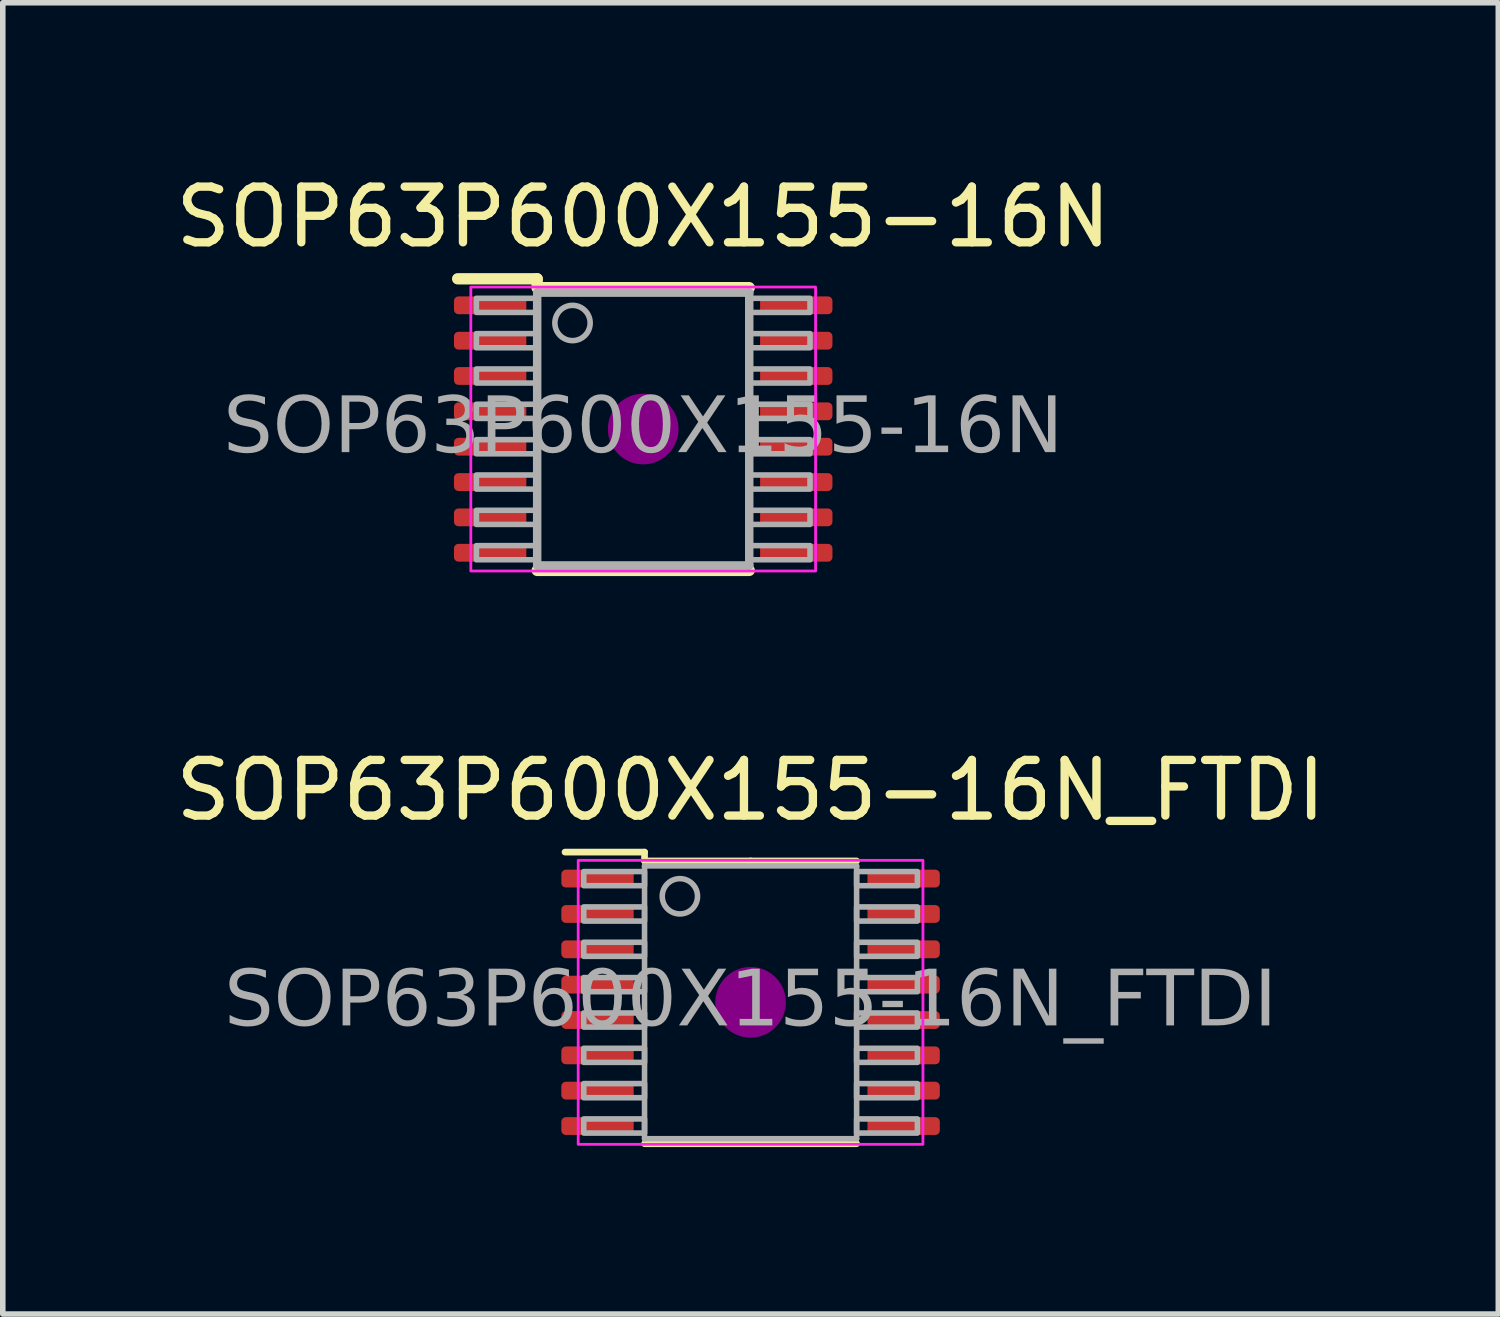
<source format=kicad_pcb>
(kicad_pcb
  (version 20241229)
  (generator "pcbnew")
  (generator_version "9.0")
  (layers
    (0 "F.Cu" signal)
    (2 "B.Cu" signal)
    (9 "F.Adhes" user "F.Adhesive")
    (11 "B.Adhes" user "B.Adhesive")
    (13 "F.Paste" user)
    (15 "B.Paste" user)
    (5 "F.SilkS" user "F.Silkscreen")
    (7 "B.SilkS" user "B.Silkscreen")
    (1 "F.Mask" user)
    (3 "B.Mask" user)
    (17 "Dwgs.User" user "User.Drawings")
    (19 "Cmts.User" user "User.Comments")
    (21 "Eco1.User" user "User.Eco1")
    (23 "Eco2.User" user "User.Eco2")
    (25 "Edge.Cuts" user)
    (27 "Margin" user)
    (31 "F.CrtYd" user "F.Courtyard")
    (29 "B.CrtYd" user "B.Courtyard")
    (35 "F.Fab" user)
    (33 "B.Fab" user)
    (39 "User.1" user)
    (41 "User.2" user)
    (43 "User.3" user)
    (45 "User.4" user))
  (footprint "SOP63P600X155-16N"
    (layer "F.Cu")
    (at 8.506 4.658)
    (property "Reference" "SOP63P600X155-16N" (at 0 -3.81 0) (layer "F.SilkS") (effects (font (size 1 1) (thickness 0.15))))
    (attr smd)
    (fp_line (start -3.334 -2.699) (end -1.905 -2.699) (stroke (width 0.203) (type solid)) (layer "F.SilkS"))
    (fp_line (start -1.905 -2.699) (end -1.905 -2.54) (stroke (width 0.203) (type solid)) (layer "F.SilkS"))
    (fp_line (start 0 -2.54) (end -1.905 -2.54) (stroke (width 0.203) (type solid)) (layer "F.SilkS"))
    (fp_line (start 0 -2.54) (end 1.905 -2.54) (stroke (width 0.203) (type solid)) (layer "F.SilkS"))
    (fp_line (start 0 2.54) (end -1.905 2.54) (stroke (width 0.203) (type solid)) (layer "F.SilkS"))
    (fp_line (start 0 2.54) (end 1.905 2.54) (stroke (width 0.203) (type solid)) (layer "F.SilkS"))
    (fp_circle (center 0 0) (end 0.635 0) (stroke (width 0) (type solid)) (fill yes) (layer "F.Adhes"))
    (fp_rect (start -3.097 -2.551) (end 3.097 2.551) (stroke (width 0.05) (type default)) (fill no) (layer "F.CrtYd"))
    (fp_line (start -1.905 -2.451) (end 1.905 -2.451) (stroke (width 0.152) (type solid)) (layer "F.Fab"))
    (fp_line (start -1.905 2.451) (end -1.905 -2.451) (stroke (width 0.152) (type solid)) (layer "F.Fab"))
    (fp_line (start -1.905 2.451) (end 1.905 2.451) (stroke (width 0.152) (type solid)) (layer "F.Fab"))
    (fp_line (start 1.905 2.451) (end 1.905 -2.451) (stroke (width 0.152) (type solid)) (layer "F.Fab"))
    (fp_rect (start -2.997 -2.349) (end -1.905 -2.095) (stroke (width 0.1) (type solid)) (fill no) (layer "F.Fab"))
    (fp_rect (start -2.997 -1.714) (end -1.905 -1.46) (stroke (width 0.1) (type solid)) (fill no) (layer "F.Fab"))
    (fp_rect (start -2.997 -1.079) (end -1.905 -0.826) (stroke (width 0.1) (type solid)) (fill no) (layer "F.Fab"))
    (fp_rect (start -2.997 -0.445) (end -1.905 -0.191) (stroke (width 0.1) (type solid)) (fill no) (layer "F.Fab"))
    (fp_rect (start -2.997 0.191) (end -1.905 0.445) (stroke (width 0.1) (type solid)) (fill no) (layer "F.Fab"))
    (fp_rect (start -2.997 0.826) (end -1.905 1.079) (stroke (width 0.1) (type solid)) (fill no) (layer "F.Fab"))
    (fp_rect (start -2.997 1.46) (end -1.905 1.714) (stroke (width 0.1) (type solid)) (fill no) (layer "F.Fab"))
    (fp_rect (start -2.997 2.095) (end -1.905 2.349) (stroke (width 0.1) (type solid)) (fill no) (layer "F.Fab"))
    (fp_rect (start 2.997 -2.349) (end 1.905 -2.095) (stroke (width 0.1) (type solid)) (fill no) (layer "F.Fab"))
    (fp_rect (start 2.997 -1.714) (end 1.905 -1.46) (stroke (width 0.1) (type solid)) (fill no) (layer "F.Fab"))
    (fp_rect (start 2.997 -1.079) (end 1.905 -0.826) (stroke (width 0.1) (type solid)) (fill no) (layer "F.Fab"))
    (fp_rect (start 2.997 -0.445) (end 1.905 -0.191) (stroke (width 0.1) (type solid)) (fill no) (layer "F.Fab"))
    (fp_rect (start 2.997 0.191) (end 1.905 0.445) (stroke (width 0.1) (type solid)) (fill no) (layer "F.Fab"))
    (fp_rect (start 2.997 0.826) (end 1.905 1.079) (stroke (width 0.1) (type solid)) (fill no) (layer "F.Fab"))
    (fp_rect (start 2.997 1.46) (end 1.905 1.714) (stroke (width 0.1) (type solid)) (fill no) (layer "F.Fab"))
    (fp_rect (start 2.997 2.095) (end 1.905 2.349) (stroke (width 0.1) (type solid)) (fill no) (layer "F.Fab"))
    (fp_circle (center -1.27 -1.905) (end -0.953 -1.905) (stroke (width 0.1) (type solid)) (fill no) (layer "F.Fab"))
    (fp_text user "${REFERENCE}" (at 0 0 0) (layer "F.Fab") (effects (font (face "Tahoma") (size 1 1) (thickness 0.15))))
    (pad "1" smd roundrect (at -2.75 -2.223) (size 1.3 0.32) (layers "F.Cu" "F.Mask" "F.Paste") (roundrect_rratio 0.25))
    (pad "2" smd roundrect (at -2.75 -1.587) (size 1.3 0.32) (layers "F.Cu" "F.Mask" "F.Paste") (roundrect_rratio 0.25))
    (pad "3" smd roundrect (at -2.75 -0.953) (size 1.3 0.32) (layers "F.Cu" "F.Mask" "F.Paste") (roundrect_rratio 0.25))
    (pad "4" smd roundrect (at -2.75 -0.318) (size 1.3 0.32) (layers "F.Cu" "F.Mask" "F.Paste") (roundrect_rratio 0.25))
    (pad "5" smd roundrect (at -2.75 0.318) (size 1.3 0.32) (layers "F.Cu" "F.Mask" "F.Paste") (roundrect_rratio 0.25))
    (pad "6" smd roundrect (at -2.75 0.953) (size 1.3 0.32) (layers "F.Cu" "F.Mask" "F.Paste") (roundrect_rratio 0.25))
    (pad "7" smd roundrect (at -2.75 1.587) (size 1.3 0.32) (layers "F.Cu" "F.Mask" "F.Paste") (roundrect_rratio 0.25))
    (pad "8" smd roundrect (at -2.75 2.223) (size 1.3 0.32) (layers "F.Cu" "F.Mask" "F.Paste") (roundrect_rratio 0.25))
    (pad "9" smd roundrect (at 2.75 2.223) (size 1.3 0.32) (layers "F.Cu" "F.Mask" "F.Paste") (roundrect_rratio 0.25))
    (pad "10" smd roundrect (at 2.75 1.587) (size 1.3 0.32) (layers "F.Cu" "F.Mask" "F.Paste") (roundrect_rratio 0.25))
    (pad "11" smd roundrect (at 2.75 0.953) (size 1.3 0.32) (layers "F.Cu" "F.Mask" "F.Paste") (roundrect_rratio 0.25))
    (pad "12" smd roundrect (at 2.75 0.318) (size 1.3 0.32) (layers "F.Cu" "F.Mask" "F.Paste") (roundrect_rratio 0.25))
    (pad "13" smd roundrect (at 2.75 -0.318) (size 1.3 0.32) (layers "F.Cu" "F.Mask" "F.Paste") (roundrect_rratio 0.25))
    (pad "14" smd roundrect (at 2.75 -0.953) (size 1.3 0.32) (layers "F.Cu" "F.Mask" "F.Paste") (roundrect_rratio 0.25))
    (pad "15" smd roundrect (at 2.75 -1.587) (size 1.3 0.32) (layers "F.Cu" "F.Mask" "F.Paste") (roundrect_rratio 0.25))
    (pad "16" smd roundrect (at 2.75 -2.223) (size 1.3 0.32) (layers "F.Cu" "F.Mask" "F.Paste") (roundrect_rratio 0.25)))
  (footprint "SOP63P600X155-16N_FTDI"
    (layer "F.Cu")
    (at 10.435 14.958)
    (property "Reference" "SOP63P600X155-16N_FTDI" (at 0 -3.81 0) (layer "F.SilkS") (effects (font (size 1 1) (thickness 0.15))))
    (attr smd)
    (fp_line (start -3.334 -2.699) (end -1.905 -2.699) (stroke (width 0.12) (type solid)) (layer "F.SilkS"))
    (fp_line (start -1.905 -2.699) (end -1.905 -2.54) (stroke (width 0.12) (type solid)) (layer "F.SilkS"))
    (fp_line (start 0 -2.54) (end -1.905 -2.54) (stroke (width 0.12) (type solid)) (layer "F.SilkS"))
    (fp_line (start 0 -2.54) (end 1.905 -2.54) (stroke (width 0.12) (type solid)) (layer "F.SilkS"))
    (fp_line (start 0 2.54) (end -1.905 2.54) (stroke (width 0.12) (type solid)) (layer "F.SilkS"))
    (fp_line (start 0 2.54) (end 1.905 2.54) (stroke (width 0.12) (type solid)) (layer "F.SilkS"))
    (fp_circle (center 0 0) (end 0.635 0) (stroke (width 0) (type solid)) (fill yes) (layer "F.Adhes"))
    (fp_rect (start -3.097 -2.551) (end 3.097 2.551) (stroke (width 0.05) (type default)) (fill no) (layer "F.CrtYd"))
    (fp_line (start -1.905 -2.451) (end 1.905 -2.451) (stroke (width 0.1) (type solid)) (layer "F.Fab"))
    (fp_line (start -1.905 2.451) (end -1.905 -2.451) (stroke (width 0.1) (type solid)) (layer "F.Fab"))
    (fp_line (start -1.905 2.451) (end 1.905 2.451) (stroke (width 0.1) (type solid)) (layer "F.Fab"))
    (fp_line (start 1.905 2.451) (end 1.905 -2.451) (stroke (width 0.1) (type solid)) (layer "F.Fab"))
    (fp_rect (start -2.997 -2.349) (end -1.905 -2.095) (stroke (width 0.1) (type solid)) (fill no) (layer "F.Fab"))
    (fp_rect (start -2.997 -1.714) (end -1.905 -1.46) (stroke (width 0.1) (type solid)) (fill no) (layer "F.Fab"))
    (fp_rect (start -2.997 -1.079) (end -1.905 -0.826) (stroke (width 0.1) (type solid)) (fill no) (layer "F.Fab"))
    (fp_rect (start -2.997 -0.445) (end -1.905 -0.191) (stroke (width 0.1) (type solid)) (fill no) (layer "F.Fab"))
    (fp_rect (start -2.997 0.191) (end -1.905 0.445) (stroke (width 0.1) (type solid)) (fill no) (layer "F.Fab"))
    (fp_rect (start -2.997 0.826) (end -1.905 1.079) (stroke (width 0.1) (type solid)) (fill no) (layer "F.Fab"))
    (fp_rect (start -2.997 1.46) (end -1.905 1.714) (stroke (width 0.1) (type solid)) (fill no) (layer "F.Fab"))
    (fp_rect (start -2.997 2.095) (end -1.905 2.349) (stroke (width 0.1) (type solid)) (fill no) (layer "F.Fab"))
    (fp_rect (start 2.997 -2.349) (end 1.905 -2.095) (stroke (width 0.1) (type solid)) (fill no) (layer "F.Fab"))
    (fp_rect (start 2.997 -1.714) (end 1.905 -1.46) (stroke (width 0.1) (type solid)) (fill no) (layer "F.Fab"))
    (fp_rect (start 2.997 -1.079) (end 1.905 -0.826) (stroke (width 0.1) (type solid)) (fill no) (layer "F.Fab"))
    (fp_rect (start 2.997 -0.445) (end 1.905 -0.191) (stroke (width 0.1) (type solid)) (fill no) (layer "F.Fab"))
    (fp_rect (start 2.997 0.191) (end 1.905 0.445) (stroke (width 0.1) (type solid)) (fill no) (layer "F.Fab"))
    (fp_rect (start 2.997 0.826) (end 1.905 1.079) (stroke (width 0.1) (type solid)) (fill no) (layer "F.Fab"))
    (fp_rect (start 2.997 1.46) (end 1.905 1.714) (stroke (width 0.1) (type solid)) (fill no) (layer "F.Fab"))
    (fp_rect (start 2.997 2.095) (end 1.905 2.349) (stroke (width 0.1) (type solid)) (fill no) (layer "F.Fab"))
    (fp_circle (center -1.27 -1.905) (end -0.953 -1.905) (stroke (width 0.1) (type solid)) (fill no) (layer "F.Fab"))
    (fp_text user "${REFERENCE}" (at 0 0 0) (layer "F.Fab") (effects (font (face "Tahoma") (size 1 1) (thickness 0.15))))
    (pad "1" smd roundrect (at -2.75 -2.223) (size 1.3 0.32) (layers "F.Cu" "F.Mask" "F.Paste") (roundrect_rratio 0.25))
    (pad "2" smd roundrect (at -2.75 -1.587) (size 1.3 0.32) (layers "F.Cu" "F.Mask" "F.Paste") (roundrect_rratio 0.25))
    (pad "3" smd roundrect (at -2.75 -0.953) (size 1.3 0.32) (layers "F.Cu" "F.Mask" "F.Paste") (roundrect_rratio 0.25))
    (pad "4" smd roundrect (at -2.75 -0.318) (size 1.3 0.32) (layers "F.Cu" "F.Mask" "F.Paste") (roundrect_rratio 0.25))
    (pad "5" smd roundrect (at -2.75 0.318) (size 1.3 0.32) (layers "F.Cu" "F.Mask" "F.Paste") (roundrect_rratio 0.25))
    (pad "6" smd roundrect (at -2.75 0.953) (size 1.3 0.32) (layers "F.Cu" "F.Mask" "F.Paste") (roundrect_rratio 0.25))
    (pad "7" smd roundrect (at -2.75 1.587) (size 1.3 0.32) (layers "F.Cu" "F.Mask" "F.Paste") (roundrect_rratio 0.25))
    (pad "8" smd roundrect (at -2.75 2.223) (size 1.3 0.32) (layers "F.Cu" "F.Mask" "F.Paste") (roundrect_rratio 0.25))
    (pad "9" smd roundrect (at 2.75 2.223) (size 1.3 0.32) (layers "F.Cu" "F.Mask" "F.Paste") (roundrect_rratio 0.25))
    (pad "10" smd roundrect (at 2.75 1.587) (size 1.3 0.32) (layers "F.Cu" "F.Mask" "F.Paste") (roundrect_rratio 0.25))
    (pad "11" smd roundrect (at 2.75 0.953) (size 1.3 0.32) (layers "F.Cu" "F.Mask" "F.Paste") (roundrect_rratio 0.25))
    (pad "12" smd roundrect (at 2.75 0.318) (size 1.3 0.32) (layers "F.Cu" "F.Mask" "F.Paste") (roundrect_rratio 0.25))
    (pad "13" smd roundrect (at 2.75 -0.318) (size 1.3 0.32) (layers "F.Cu" "F.Mask" "F.Paste") (roundrect_rratio 0.25))
    (pad "14" smd roundrect (at 2.75 -0.953) (size 1.3 0.32) (layers "F.Cu" "F.Mask" "F.Paste") (roundrect_rratio 0.25))
    (pad "15" smd roundrect (at 2.75 -1.587) (size 1.3 0.32) (layers "F.Cu" "F.Mask" "F.Paste") (roundrect_rratio 0.25))
    (pad "16" smd roundrect (at 2.75 -2.223) (size 1.3 0.32) (layers "F.Cu" "F.Mask" "F.Paste") (roundrect_rratio 0.25)))
  (gr_rect
    (start -3 -3)
    (end 23.869 20.558)
    (stroke (width 0.1) (type default))
    (fill no)
    (layer "Edge.Cuts")))
</source>
